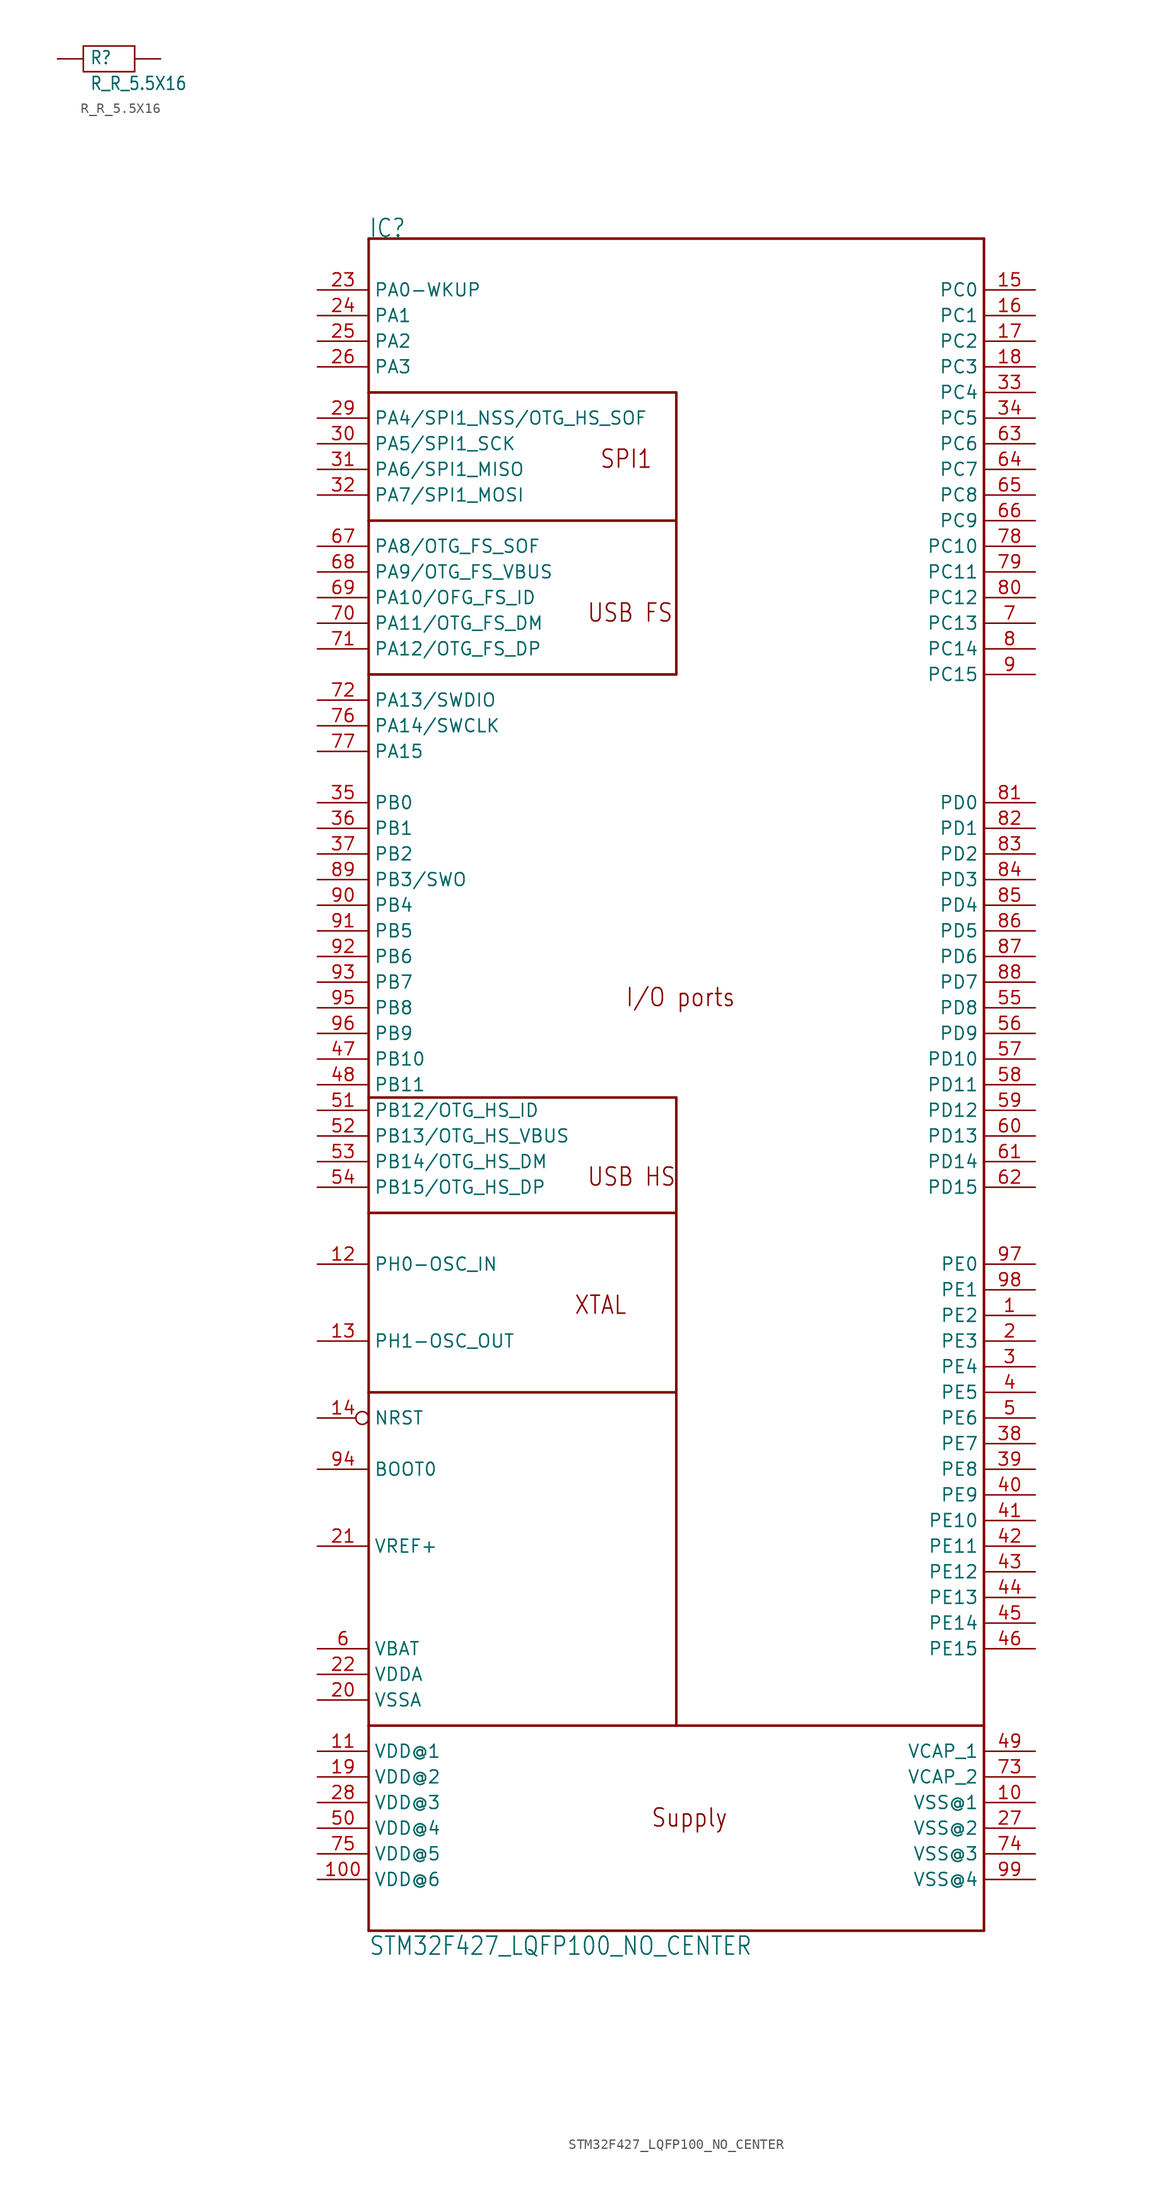
<source format=kicad_sym>
(kicad_symbol_lib
  (version 20201005)
  (generator kicad_symbol_editor)
  (symbol "R_R_5.5X16"
    (property "Reference" "R"
      (at -1.905 -0.635 0)
      (effects (font (size 1.27 1.079)) (justify left bottom)))
    (property "Value" "R_R_5.5X16"
      (at -1.905 -3.175 0)
      (effects (font (size 1.27 1.079)) (justify left bottom)))
    (property "ki_locked" ""
      (at 0 0 0)
      (effects (font (size 1.27 1.27))))
    (symbol "R_R_5.5X16_1_0"
      (polyline (pts (xy -5.08 0) (xy -2.54 0)) (stroke (width 0.152)) (fill (type none)))
      (polyline (pts (xy 2.54 0) (xy 5.08 0)) (stroke (width 0.152)) (fill (type none)))
      (polyline (pts (xy -2.54 1.27) (xy -2.54 0)) (stroke (width 0.152)) (fill (type none)))
      (polyline (pts (xy -2.54 0) (xy -2.54 -1.27)) (stroke (width 0.152)) (fill (type none)))
      (polyline (pts (xy -2.54 -1.27) (xy 2.54 -1.27)) (stroke (width 0.152)) (fill (type none)))
      (polyline (pts (xy 2.54 -1.27) (xy 2.54 0)) (stroke (width 0.152)) (fill (type none)))
      (polyline (pts (xy 2.54 0) (xy 2.54 1.27)) (stroke (width 0.152)) (fill (type none)))
      (polyline (pts (xy 2.54 1.27) (xy -2.54 1.27)) (stroke (width 0.152)) (fill (type none)))
      (pin passive line (at -5.08 0 0) (length 0) (name "1" (effects (font (size 0 0)))) (number "1" (effects (font (size 0 0)))))
      (pin passive line (at 5.08 0 180) (length 0) (name "2" (effects (font (size 0 0)))) (number "2" (effects (font (size 0 0)))))))
  (symbol "STM32F427_LQFP100_NO_CENTER"
    (property "Reference" "IC"
      (at -30.48 88.9 0)
      (effects (font (size 1.778 1.511)) (justify left bottom)))
    (property "Value" "STM32F427_LQFP100_NO_CENTER"
      (at -30.48 -81.28 0)
      (effects (font (size 1.778 1.511)) (justify left bottom)))
    (property "ki_locked" ""
      (at 0 0 0)
      (effects (font (size 1.27 1.27))))
    (symbol "STM32F427_LQFP100_NO_CENTER_1_0"
      (text "Supply" (at -2.54 -68.58 0) (effects (font (size 1.778 1.511)) (justify left bottom)))
      (text "XTAL" (at -10.16 -17.78 0) (effects (font (size 1.778 1.511)) (justify left bottom)))
      (text "I/O ports" (at -5.08 12.7 0) (effects (font (size 1.778 1.511)) (justify left bottom)))
      (text "SPI1" (at -7.62 66.04 0) (effects (font (size 1.778 1.511)) (justify left bottom)))
      (text "USB FS" (at -8.89 50.8 0) (effects (font (size 1.778 1.511)) (justify left bottom)))
      (text "USB HS" (at -8.89 -5.08 0) (effects (font (size 1.778 1.511)) (justify left bottom)))
      (polyline (pts (xy -30.48 -78.74) (xy 30.48 -78.74)) (stroke (width 0.254)) (fill (type none)))
      (polyline (pts (xy 30.48 -78.74) (xy 30.48 -58.42)) (stroke (width 0.254)) (fill (type none)))
      (polyline (pts (xy 30.48 -58.42) (xy 30.48 88.9)) (stroke (width 0.254)) (fill (type none)))
      (polyline (pts (xy 30.48 88.9) (xy -30.48 88.9)) (stroke (width 0.254)) (fill (type none)))
      (polyline (pts (xy -30.48 88.9) (xy -30.48 73.66)) (stroke (width 0.254)) (fill (type none)))
      (polyline (pts (xy -30.48 73.66) (xy -30.48 60.96)) (stroke (width 0.254)) (fill (type none)))
      (polyline (pts (xy -30.48 60.96) (xy -30.48 45.72)) (stroke (width 0.254)) (fill (type none)))
      (polyline (pts (xy -30.48 45.72) (xy -30.48 3.81)) (stroke (width 0.254)) (fill (type none)))
      (polyline (pts (xy -30.48 3.81) (xy -30.48 -7.62)) (stroke (width 0.254)) (fill (type none)))
      (polyline (pts (xy -30.48 -7.62) (xy -30.48 -25.4)) (stroke (width 0.254)) (fill (type none)))
      (polyline (pts (xy -30.48 -25.4) (xy -30.48 -58.42)) (stroke (width 0.254)) (fill (type none)))
      (polyline (pts (xy -30.48 -58.42) (xy -30.48 -78.74)) (stroke (width 0.254)) (fill (type none)))
      (polyline (pts (xy -30.48 -58.42) (xy 0 -58.42)) (stroke (width 0.254)) (fill (type none)))
      (polyline (pts (xy 0 -58.42) (xy 30.48 -58.42)) (stroke (width 0.254)) (fill (type none)))
      (polyline (pts (xy -30.48 -7.62) (xy 0 -7.62)) (stroke (width 0.254)) (fill (type none)))
      (polyline (pts (xy 0 -7.62) (xy 0 -25.4)) (stroke (width 0.254)) (fill (type none)))
      (polyline (pts (xy 0 -25.4) (xy 0 -58.42)) (stroke (width 0.254)) (fill (type none)))
      (polyline (pts (xy -30.48 -25.4) (xy 0 -25.4)) (stroke (width 0.254)) (fill (type none)))
      (polyline (pts (xy -30.48 73.66) (xy 0 73.66)) (stroke (width 0.254)) (fill (type none)))
      (polyline (pts (xy 0 73.66) (xy 0 60.96)) (stroke (width 0.254)) (fill (type none)))
      (polyline (pts (xy 0 60.96) (xy -30.48 60.96)) (stroke (width 0.254)) (fill (type none)))
      (polyline (pts (xy -30.48 45.72) (xy 0 45.72)) (stroke (width 0.254)) (fill (type none)))
      (polyline (pts (xy 0 45.72) (xy 0 60.96)) (stroke (width 0.254)) (fill (type none)))
      (polyline (pts (xy -30.48 3.81) (xy 0 3.81)) (stroke (width 0.254)) (fill (type none)))
      (polyline (pts (xy 0 3.81) (xy 0 -7.62)) (stroke (width 0.254)) (fill (type none)))
      (pin bidirectional line (at -35.56 81.28 0) (length 5.08) (name "PA1" (effects (font (size 1.27 1.27)))) (number "24" (effects (font (size 1.27 1.27)))))
      (pin bidirectional line (at -35.56 78.74 0) (length 5.08) (name "PA2" (effects (font (size 1.27 1.27)))) (number "25" (effects (font (size 1.27 1.27)))))
      (pin bidirectional line (at -35.56 76.2 0) (length 5.08) (name "PA3" (effects (font (size 1.27 1.27)))) (number "26" (effects (font (size 1.27 1.27)))))
      (pin bidirectional line (at -35.56 71.12 0) (length 5.08) (name "PA4/SPI1_NSS/OTG_HS_SOF" (effects (font (size 1.27 1.27)))) (number "29" (effects (font (size 1.27 1.27)))))
      (pin bidirectional line (at -35.56 68.58 0) (length 5.08) (name "PA5/SPI1_SCK" (effects (font (size 1.27 1.27)))) (number "30" (effects (font (size 1.27 1.27)))))
      (pin bidirectional line (at -35.56 66.04 0) (length 5.08) (name "PA6/SPI1_MISO" (effects (font (size 1.27 1.27)))) (number "31" (effects (font (size 1.27 1.27)))))
      (pin bidirectional line (at -35.56 63.5 0) (length 5.08) (name "PA7/SPI1_MOSI" (effects (font (size 1.27 1.27)))) (number "32" (effects (font (size 1.27 1.27)))))
      (pin bidirectional line (at -35.56 58.42 0) (length 5.08) (name "PA8/OTG_FS_SOF" (effects (font (size 1.27 1.27)))) (number "67" (effects (font (size 1.27 1.27)))))
      (pin bidirectional line (at -35.56 55.88 0) (length 5.08) (name "PA9/OTG_FS_VBUS" (effects (font (size 1.27 1.27)))) (number "68" (effects (font (size 1.27 1.27)))))
      (pin bidirectional line (at -35.56 53.34 0) (length 5.08) (name "PA10/OFG_FS_ID" (effects (font (size 1.27 1.27)))) (number "69" (effects (font (size 1.27 1.27)))))
      (pin bidirectional line (at -35.56 50.8 0) (length 5.08) (name "PA11/OTG_FS_DM" (effects (font (size 1.27 1.27)))) (number "70" (effects (font (size 1.27 1.27)))))
      (pin bidirectional line (at -35.56 48.26 0) (length 5.08) (name "PA12/OTG_FS_DP" (effects (font (size 1.27 1.27)))) (number "71" (effects (font (size 1.27 1.27)))))
      (pin bidirectional line (at -35.56 43.18 0) (length 5.08) (name "PA13/SWDIO" (effects (font (size 1.27 1.27)))) (number "72" (effects (font (size 1.27 1.27)))))
      (pin bidirectional line (at -35.56 40.64 0) (length 5.08) (name "PA14/SWCLK" (effects (font (size 1.27 1.27)))) (number "76" (effects (font (size 1.27 1.27)))))
      (pin bidirectional line (at -35.56 38.1 0) (length 5.08) (name "PA15" (effects (font (size 1.27 1.27)))) (number "77" (effects (font (size 1.27 1.27)))))
      (pin bidirectional line (at -35.56 30.48 0) (length 5.08) (name "PB1" (effects (font (size 1.27 1.27)))) (number "36" (effects (font (size 1.27 1.27)))))
      (pin bidirectional line (at -35.56 27.94 0) (length 5.08) (name "PB2" (effects (font (size 1.27 1.27)))) (number "37" (effects (font (size 1.27 1.27)))))
      (pin bidirectional line (at -35.56 25.4 0) (length 5.08) (name "PB3/SWO" (effects (font (size 1.27 1.27)))) (number "89" (effects (font (size 1.27 1.27)))))
      (pin bidirectional line (at -35.56 22.86 0) (length 5.08) (name "PB4" (effects (font (size 1.27 1.27)))) (number "90" (effects (font (size 1.27 1.27)))))
      (pin bidirectional line (at -35.56 20.32 0) (length 5.08) (name "PB5" (effects (font (size 1.27 1.27)))) (number "91" (effects (font (size 1.27 1.27)))))
      (pin bidirectional line (at -35.56 17.78 0) (length 5.08) (name "PB6" (effects (font (size 1.27 1.27)))) (number "92" (effects (font (size 1.27 1.27)))))
      (pin bidirectional line (at -35.56 15.24 0) (length 5.08) (name "PB7" (effects (font (size 1.27 1.27)))) (number "93" (effects (font (size 1.27 1.27)))))
      (pin bidirectional line (at -35.56 12.7 0) (length 5.08) (name "PB8" (effects (font (size 1.27 1.27)))) (number "95" (effects (font (size 1.27 1.27)))))
      (pin bidirectional line (at -35.56 10.16 0) (length 5.08) (name "PB9" (effects (font (size 1.27 1.27)))) (number "96" (effects (font (size 1.27 1.27)))))
      (pin bidirectional line (at -35.56 7.62 0) (length 5.08) (name "PB10" (effects (font (size 1.27 1.27)))) (number "47" (effects (font (size 1.27 1.27)))))
      (pin bidirectional line (at -35.56 5.08 0) (length 5.08) (name "PB11" (effects (font (size 1.27 1.27)))) (number "48" (effects (font (size 1.27 1.27)))))
      (pin bidirectional line (at -35.56 2.54 0) (length 5.08) (name "PB12/OTG_HS_ID" (effects (font (size 1.27 1.27)))) (number "51" (effects (font (size 1.27 1.27)))))
      (pin bidirectional line (at -35.56 0 0) (length 5.08) (name "PB13/OTG_HS_VBUS" (effects (font (size 1.27 1.27)))) (number "52" (effects (font (size 1.27 1.27)))))
      (pin bidirectional line (at -35.56 -2.54 0) (length 5.08) (name "PB14/OTG_HS_DM" (effects (font (size 1.27 1.27)))) (number "53" (effects (font (size 1.27 1.27)))))
      (pin bidirectional line (at -35.56 -5.08 0) (length 5.08) (name "PB15/OTG_HS_DP" (effects (font (size 1.27 1.27)))) (number "54" (effects (font (size 1.27 1.27)))))
      (pin bidirectional line (at -35.56 83.82 0) (length 5.08) (name "PA0-WKUP" (effects (font (size 1.27 1.27)))) (number "23" (effects (font (size 1.27 1.27)))))
      (pin bidirectional line (at -35.56 33.02 0) (length 5.08) (name "PB0" (effects (font (size 1.27 1.27)))) (number "35" (effects (font (size 1.27 1.27)))))
      (pin bidirectional line (at 35.56 81.28 180) (length 5.08) (name "PC1" (effects (font (size 1.27 1.27)))) (number "16" (effects (font (size 1.27 1.27)))))
      (pin bidirectional line (at 35.56 78.74 180) (length 5.08) (name "PC2" (effects (font (size 1.27 1.27)))) (number "17" (effects (font (size 1.27 1.27)))))
      (pin bidirectional line (at 35.56 76.2 180) (length 5.08) (name "PC3" (effects (font (size 1.27 1.27)))) (number "18" (effects (font (size 1.27 1.27)))))
      (pin bidirectional line (at 35.56 73.66 180) (length 5.08) (name "PC4" (effects (font (size 1.27 1.27)))) (number "33" (effects (font (size 1.27 1.27)))))
      (pin bidirectional line (at 35.56 71.12 180) (length 5.08) (name "PC5" (effects (font (size 1.27 1.27)))) (number "34" (effects (font (size 1.27 1.27)))))
      (pin bidirectional line (at 35.56 68.58 180) (length 5.08) (name "PC6" (effects (font (size 1.27 1.27)))) (number "63" (effects (font (size 1.27 1.27)))))
      (pin bidirectional line (at 35.56 66.04 180) (length 5.08) (name "PC7" (effects (font (size 1.27 1.27)))) (number "64" (effects (font (size 1.27 1.27)))))
      (pin bidirectional line (at 35.56 63.5 180) (length 5.08) (name "PC8" (effects (font (size 1.27 1.27)))) (number "65" (effects (font (size 1.27 1.27)))))
      (pin bidirectional line (at 35.56 60.96 180) (length 5.08) (name "PC9" (effects (font (size 1.27 1.27)))) (number "66" (effects (font (size 1.27 1.27)))))
      (pin bidirectional line (at 35.56 58.42 180) (length 5.08) (name "PC10" (effects (font (size 1.27 1.27)))) (number "78" (effects (font (size 1.27 1.27)))))
      (pin bidirectional line (at 35.56 55.88 180) (length 5.08) (name "PC11" (effects (font (size 1.27 1.27)))) (number "79" (effects (font (size 1.27 1.27)))))
      (pin bidirectional line (at 35.56 53.34 180) (length 5.08) (name "PC12" (effects (font (size 1.27 1.27)))) (number "80" (effects (font (size 1.27 1.27)))))
      (pin bidirectional line (at 35.56 50.8 180) (length 5.08) (name "PC13" (effects (font (size 1.27 1.27)))) (number "7" (effects (font (size 1.27 1.27)))))
      (pin bidirectional line (at 35.56 48.26 180) (length 5.08) (name "PC14" (effects (font (size 1.27 1.27)))) (number "8" (effects (font (size 1.27 1.27)))))
      (pin bidirectional line (at 35.56 45.72 180) (length 5.08) (name "PC15" (effects (font (size 1.27 1.27)))) (number "9" (effects (font (size 1.27 1.27)))))
      (pin bidirectional line (at 35.56 83.82 180) (length 5.08) (name "PC0" (effects (font (size 1.27 1.27)))) (number "15" (effects (font (size 1.27 1.27)))))
      (pin bidirectional line (at 35.56 30.48 180) (length 5.08) (name "PD1" (effects (font (size 1.27 1.27)))) (number "82" (effects (font (size 1.27 1.27)))))
      (pin bidirectional line (at 35.56 27.94 180) (length 5.08) (name "PD2" (effects (font (size 1.27 1.27)))) (number "83" (effects (font (size 1.27 1.27)))))
      (pin bidirectional line (at 35.56 25.4 180) (length 5.08) (name "PD3" (effects (font (size 1.27 1.27)))) (number "84" (effects (font (size 1.27 1.27)))))
      (pin bidirectional line (at 35.56 22.86 180) (length 5.08) (name "PD4" (effects (font (size 1.27 1.27)))) (number "85" (effects (font (size 1.27 1.27)))))
      (pin bidirectional line (at 35.56 20.32 180) (length 5.08) (name "PD5" (effects (font (size 1.27 1.27)))) (number "86" (effects (font (size 1.27 1.27)))))
      (pin bidirectional line (at 35.56 17.78 180) (length 5.08) (name "PD6" (effects (font (size 1.27 1.27)))) (number "87" (effects (font (size 1.27 1.27)))))
      (pin bidirectional line (at 35.56 15.24 180) (length 5.08) (name "PD7" (effects (font (size 1.27 1.27)))) (number "88" (effects (font (size 1.27 1.27)))))
      (pin bidirectional line (at 35.56 12.7 180) (length 5.08) (name "PD8" (effects (font (size 1.27 1.27)))) (number "55" (effects (font (size 1.27 1.27)))))
      (pin bidirectional line (at 35.56 10.16 180) (length 5.08) (name "PD9" (effects (font (size 1.27 1.27)))) (number "56" (effects (font (size 1.27 1.27)))))
      (pin bidirectional line (at 35.56 7.62 180) (length 5.08) (name "PD10" (effects (font (size 1.27 1.27)))) (number "57" (effects (font (size 1.27 1.27)))))
      (pin bidirectional line (at 35.56 5.08 180) (length 5.08) (name "PD11" (effects (font (size 1.27 1.27)))) (number "58" (effects (font (size 1.27 1.27)))))
      (pin bidirectional line (at 35.56 2.54 180) (length 5.08) (name "PD12" (effects (font (size 1.27 1.27)))) (number "59" (effects (font (size 1.27 1.27)))))
      (pin bidirectional line (at 35.56 0 180) (length 5.08) (name "PD13" (effects (font (size 1.27 1.27)))) (number "60" (effects (font (size 1.27 1.27)))))
      (pin bidirectional line (at 35.56 -2.54 180) (length 5.08) (name "PD14" (effects (font (size 1.27 1.27)))) (number "61" (effects (font (size 1.27 1.27)))))
      (pin bidirectional line (at 35.56 -5.08 180) (length 5.08) (name "PD15" (effects (font (size 1.27 1.27)))) (number "62" (effects (font (size 1.27 1.27)))))
      (pin bidirectional line (at 35.56 33.02 180) (length 5.08) (name "PD0" (effects (font (size 1.27 1.27)))) (number "81" (effects (font (size 1.27 1.27)))))
      (pin bidirectional line (at 35.56 -15.24 180) (length 5.08) (name "PE1" (effects (font (size 1.27 1.27)))) (number "98" (effects (font (size 1.27 1.27)))))
      (pin bidirectional line (at 35.56 -17.78 180) (length 5.08) (name "PE2" (effects (font (size 1.27 1.27)))) (number "1" (effects (font (size 1.27 1.27)))))
      (pin bidirectional line (at 35.56 -20.32 180) (length 5.08) (name "PE3" (effects (font (size 1.27 1.27)))) (number "2" (effects (font (size 1.27 1.27)))))
      (pin bidirectional line (at 35.56 -22.86 180) (length 5.08) (name "PE4" (effects (font (size 1.27 1.27)))) (number "3" (effects (font (size 1.27 1.27)))))
      (pin bidirectional line (at 35.56 -25.4 180) (length 5.08) (name "PE5" (effects (font (size 1.27 1.27)))) (number "4" (effects (font (size 1.27 1.27)))))
      (pin bidirectional line (at 35.56 -27.94 180) (length 5.08) (name "PE6" (effects (font (size 1.27 1.27)))) (number "5" (effects (font (size 1.27 1.27)))))
      (pin bidirectional line (at 35.56 -30.48 180) (length 5.08) (name "PE7" (effects (font (size 1.27 1.27)))) (number "38" (effects (font (size 1.27 1.27)))))
      (pin bidirectional line (at 35.56 -33.02 180) (length 5.08) (name "PE8" (effects (font (size 1.27 1.27)))) (number "39" (effects (font (size 1.27 1.27)))))
      (pin bidirectional line (at 35.56 -35.56 180) (length 5.08) (name "PE9" (effects (font (size 1.27 1.27)))) (number "40" (effects (font (size 1.27 1.27)))))
      (pin bidirectional line (at 35.56 -38.1 180) (length 5.08) (name "PE10" (effects (font (size 1.27 1.27)))) (number "41" (effects (font (size 1.27 1.27)))))
      (pin bidirectional line (at 35.56 -40.64 180) (length 5.08) (name "PE11" (effects (font (size 1.27 1.27)))) (number "42" (effects (font (size 1.27 1.27)))))
      (pin bidirectional line (at 35.56 -43.18 180) (length 5.08) (name "PE12" (effects (font (size 1.27 1.27)))) (number "43" (effects (font (size 1.27 1.27)))))
      (pin bidirectional line (at 35.56 -45.72 180) (length 5.08) (name "PE13" (effects (font (size 1.27 1.27)))) (number "44" (effects (font (size 1.27 1.27)))))
      (pin bidirectional line (at 35.56 -48.26 180) (length 5.08) (name "PE14" (effects (font (size 1.27 1.27)))) (number "45" (effects (font (size 1.27 1.27)))))
      (pin bidirectional line (at 35.56 -50.8 180) (length 5.08) (name "PE15" (effects (font (size 1.27 1.27)))) (number "46" (effects (font (size 1.27 1.27)))))
      (pin bidirectional line (at 35.56 -12.7 180) (length 5.08) (name "PE0" (effects (font (size 1.27 1.27)))) (number "97" (effects (font (size 1.27 1.27)))))
      (pin power_in line (at -35.56 -50.8 0) (length 5.08) (name "VBAT" (effects (font (size 1.27 1.27)))) (number "6" (effects (font (size 1.27 1.27)))))
      (pin power_in line (at 35.56 -66.04 180) (length 5.08) (name "VSS@1" (effects (font (size 1.27 1.27)))) (number "10" (effects (font (size 1.27 1.27)))))
      (pin power_in line (at -35.56 -60.96 0) (length 5.08) (name "VDD@1" (effects (font (size 1.27 1.27)))) (number "11" (effects (font (size 1.27 1.27)))))
      (pin bidirectional inverted (at -35.56 -27.94 0) (length 5.08) (name "NRST" (effects (font (size 1.27 1.27)))) (number "14" (effects (font (size 1.27 1.27)))))
      (pin power_in line (at -35.56 -63.5 0) (length 5.08) (name "VDD@2" (effects (font (size 1.27 1.27)))) (number "19" (effects (font (size 1.27 1.27)))))
      (pin power_in line (at -35.56 -55.88 0) (length 5.08) (name "VSSA" (effects (font (size 1.27 1.27)))) (number "20" (effects (font (size 1.27 1.27)))))
      (pin power_in line (at -35.56 -40.64 0) (length 5.08) (name "VREF+" (effects (font (size 1.27 1.27)))) (number "21" (effects (font (size 1.27 1.27)))))
      (pin power_in line (at -35.56 -53.34 0) (length 5.08) (name "VDDA" (effects (font (size 1.27 1.27)))) (number "22" (effects (font (size 1.27 1.27)))))
      (pin power_in line (at 35.56 -68.58 180) (length 5.08) (name "VSS@2" (effects (font (size 1.27 1.27)))) (number "27" (effects (font (size 1.27 1.27)))))
      (pin power_in line (at -35.56 -66.04 0) (length 5.08) (name "VDD@3" (effects (font (size 1.27 1.27)))) (number "28" (effects (font (size 1.27 1.27)))))
      (pin power_in line (at 35.56 -60.96 180) (length 5.08) (name "VCAP_1" (effects (font (size 1.27 1.27)))) (number "49" (effects (font (size 1.27 1.27)))))
      (pin power_in line (at -35.56 -68.58 0) (length 5.08) (name "VDD@4" (effects (font (size 1.27 1.27)))) (number "50" (effects (font (size 1.27 1.27)))))
      (pin power_in line (at 35.56 -63.5 180) (length 5.08) (name "VCAP_2" (effects (font (size 1.27 1.27)))) (number "73" (effects (font (size 1.27 1.27)))))
      (pin power_in line (at 35.56 -71.12 180) (length 5.08) (name "VSS@3" (effects (font (size 1.27 1.27)))) (number "74" (effects (font (size 1.27 1.27)))))
      (pin power_in line (at -35.56 -71.12 0) (length 5.08) (name "VDD@5" (effects (font (size 1.27 1.27)))) (number "75" (effects (font (size 1.27 1.27)))))
      (pin input line (at -35.56 -33.02 0) (length 5.08) (name "BOOT0" (effects (font (size 1.27 1.27)))) (number "94" (effects (font (size 1.27 1.27)))))
      (pin power_in line (at 35.56 -73.66 180) (length 5.08) (name "VSS@4" (effects (font (size 1.27 1.27)))) (number "99" (effects (font (size 1.27 1.27)))))
      (pin power_in line (at -35.56 -73.66 0) (length 5.08) (name "VDD@6" (effects (font (size 1.27 1.27)))) (number "100" (effects (font (size 1.27 1.27)))))
      (pin input line (at -35.56 -12.7 0) (length 5.08) (name "PH0-OSC_IN" (effects (font (size 1.27 1.27)))) (number "12" (effects (font (size 1.27 1.27)))))
      (pin output line (at -35.56 -20.32 0) (length 5.08) (name "PH1-OSC_OUT" (effects (font (size 1.27 1.27)))) (number "13" (effects (font (size 1.27 1.27))))))))
</source>
